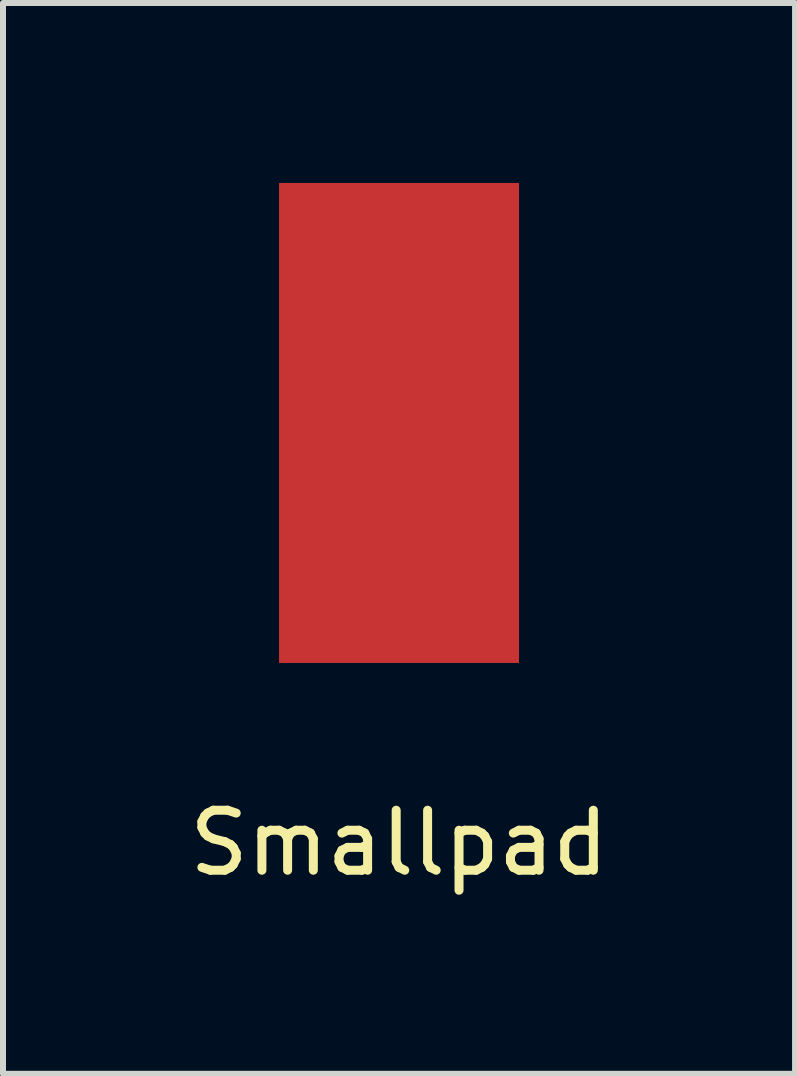
<source format=kicad_pcb>
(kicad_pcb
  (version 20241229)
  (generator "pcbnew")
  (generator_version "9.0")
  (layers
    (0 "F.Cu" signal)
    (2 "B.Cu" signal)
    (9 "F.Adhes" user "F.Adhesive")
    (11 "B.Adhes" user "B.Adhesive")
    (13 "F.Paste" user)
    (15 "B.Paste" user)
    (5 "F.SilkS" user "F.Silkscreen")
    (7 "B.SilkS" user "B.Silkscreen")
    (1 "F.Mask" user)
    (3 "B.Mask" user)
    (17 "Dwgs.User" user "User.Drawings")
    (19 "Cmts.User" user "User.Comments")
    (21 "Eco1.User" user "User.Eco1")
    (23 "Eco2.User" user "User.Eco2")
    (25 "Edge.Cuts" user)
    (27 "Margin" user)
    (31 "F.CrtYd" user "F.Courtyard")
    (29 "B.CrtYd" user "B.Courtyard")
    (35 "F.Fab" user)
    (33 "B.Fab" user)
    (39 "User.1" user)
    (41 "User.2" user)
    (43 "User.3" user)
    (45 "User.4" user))
  (footprint "Smallpad"
    (layer "F.Cu")
    (at 3.601 4)
    (property "Reference" "Smallpad" (at 0 7 0) (layer "F.SilkS") (effects (font (size 1 1) (thickness 0.15))))
    (attr through_hole)
    (pad "1" smd rect (at 0 0) (size 4 8) (layers "F.Cu" "F.Mask" "F.Paste")))
  (gr_rect
    (start -3 -3)
    (end 10.202 14.848)
    (stroke (width 0.1) (type default))
    (fill no)
    (layer "Edge.Cuts")))
</source>
